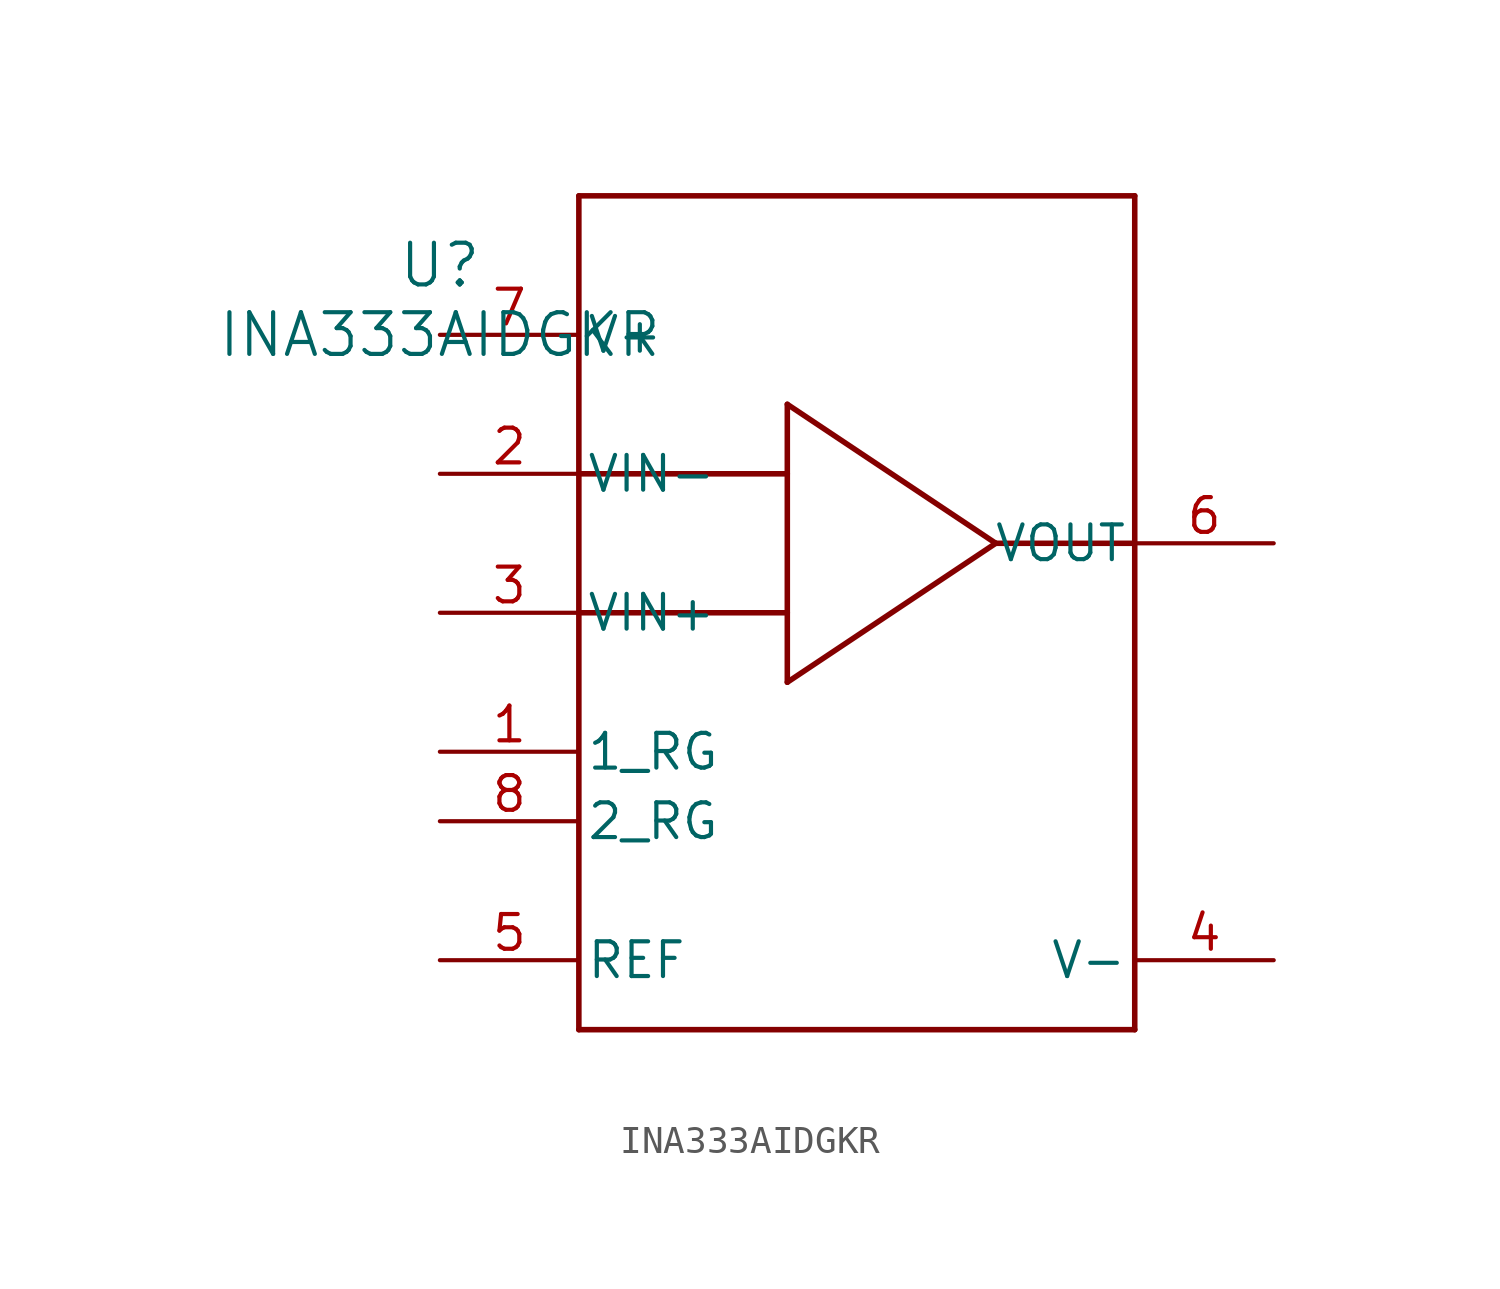
<source format=kicad_sym>
(kicad_symbol_lib
  (version 20241209)
  (generator "kicad_symbol_editor")
  (generator_version "9.0")
  (symbol "INA333AIDGKR"
    (pin_names
      (offset 0.254))
    (property "Reference" "U"
      (at 0 2.54 0)
      (effects (font (size 1.524 1.524))))
    (property "Value" "INA333AIDGKR"
      (at 0 0 0)
      (effects (font (size 1.524 1.524))))
    (symbol "INA333AIDGKR_0_1"
      (polyline (pts (xy 5.08 5.08) (xy 5.08 -25.4)) (stroke (width 0.203) (type default)) (fill (type none)))
      (polyline (pts (xy 5.08 -5.08) (xy 12.7 -5.08)) (stroke (width 0.203) (type default)) (fill (type none)))
      (polyline (pts (xy 5.08 -10.16) (xy 12.7 -10.16)) (stroke (width 0.203) (type default)) (fill (type none)))
      (polyline (pts (xy 5.08 -25.4) (xy 25.4 -25.4)) (stroke (width 0.203) (type default)) (fill (type none)))
      (polyline (pts (xy 12.7 -2.54) (xy 20.32 -7.62)) (stroke (width 0.203) (type default)) (fill (type none)))
      (polyline (pts (xy 12.7 -12.7) (xy 12.7 -2.54)) (stroke (width 0.203) (type default)) (fill (type none)))
      (polyline (pts (xy 12.7 -12.7) (xy 20.32 -7.62)) (stroke (width 0.203) (type default)) (fill (type none)))
      (polyline (pts (xy 20.32 -7.62) (xy 25.4 -7.62)) (stroke (width 0.203) (type default)) (fill (type none)))
      (polyline (pts (xy 25.4 5.08) (xy 5.08 5.08)) (stroke (width 0.203) (type default)) (fill (type none)))
      (polyline (pts (xy 25.4 -25.4) (xy 25.4 5.08)) (stroke (width 0.203) (type default)) (fill (type none)))
      (pin power_in line (at 0 0 0) (length 5.08) (name "V+" (effects (font (size 1.27 1.27)))) (number "7" (effects (font (size 1.27 1.27)))))
      (pin tri_state line (at 0 -5.08 0) (length 5.08) (name "VIN-" (effects (font (size 1.27 1.27)))) (number "2" (effects (font (size 1.27 1.27)))))
      (pin tri_state line (at 0 -10.16 0) (length 5.08) (name "VIN+" (effects (font (size 1.27 1.27)))) (number "3" (effects (font (size 1.27 1.27)))))
      (pin unspecified line (at 0 -15.24 0) (length 5.08) (name "1_RG" (effects (font (size 1.27 1.27)))) (number "1" (effects (font (size 1.27 1.27)))))
      (pin unspecified line (at 0 -17.78 0) (length 5.08) (name "2_RG" (effects (font (size 1.27 1.27)))) (number "8" (effects (font (size 1.27 1.27)))))
      (pin unspecified line (at 0 -22.86 0) (length 5.08) (name "REF" (effects (font (size 1.27 1.27)))) (number "5" (effects (font (size 1.27 1.27)))))
      (pin unspecified line (at 30.48 -7.62 180) (length 5.08) (name "VOUT" (effects (font (size 1.27 1.27)))) (number "6" (effects (font (size 1.27 1.27)))))
      (pin power_in line (at 30.48 -22.86 180) (length 5.08) (name "V-" (effects (font (size 1.27 1.27)))) (number "4" (effects (font (size 1.27 1.27))))))))
</source>
